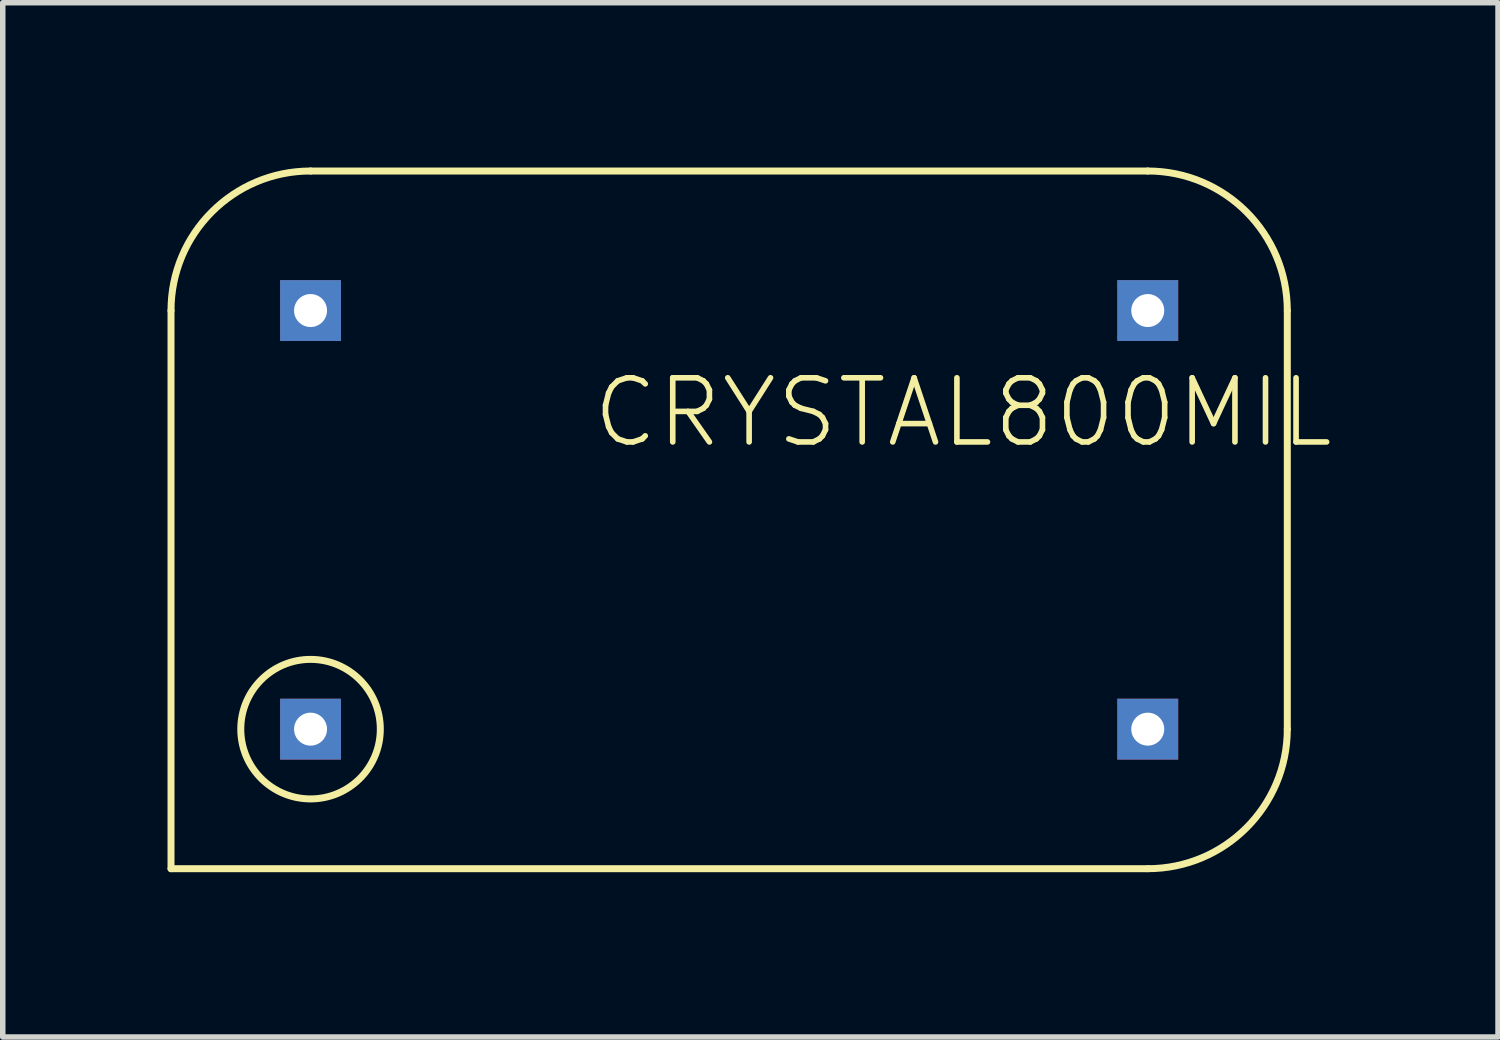
<source format=kicad_pcb>
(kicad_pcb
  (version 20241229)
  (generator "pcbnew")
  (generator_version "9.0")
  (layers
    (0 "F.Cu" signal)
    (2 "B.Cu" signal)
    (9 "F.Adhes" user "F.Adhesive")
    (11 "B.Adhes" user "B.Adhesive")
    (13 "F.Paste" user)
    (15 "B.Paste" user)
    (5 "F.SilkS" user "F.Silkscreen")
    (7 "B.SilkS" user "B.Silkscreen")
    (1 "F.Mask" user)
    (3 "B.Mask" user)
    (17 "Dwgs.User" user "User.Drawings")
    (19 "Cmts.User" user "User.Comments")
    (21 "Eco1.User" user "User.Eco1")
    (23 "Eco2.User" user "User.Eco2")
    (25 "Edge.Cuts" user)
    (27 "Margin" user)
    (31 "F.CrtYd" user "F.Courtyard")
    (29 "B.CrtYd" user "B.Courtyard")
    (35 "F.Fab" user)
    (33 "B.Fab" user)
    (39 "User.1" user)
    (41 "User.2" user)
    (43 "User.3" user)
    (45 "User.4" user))
  (footprint "CRYSTAL800MIL"
    (layer "F.Cu")
    (at 2.603 10.223)
    (property "Reference" "CRYSTAL800MIL" (at 5.08 -5.08 0) (layer "F.SilkS") (effects (font (size 1.168 1.168) (thickness 0.102)) (justify left bottom)))
    (fp_line (start -2.54 -7.62) (end -2.54 2.54) (stroke (width 0.127) (type solid)) (layer "F.SilkS"))
    (fp_line (start -2.54 2.54) (end 15.24 2.54) (stroke (width 0.127) (type solid)) (layer "F.SilkS"))
    (fp_line (start 0 -10.16) (end 15.24 -10.16) (stroke (width 0.127) (type solid)) (layer "F.SilkS"))
    (fp_line (start 17.78 -7.62) (end 17.78 0) (stroke (width 0.127) (type solid)) (layer "F.SilkS"))
    (fp_arc (start -2.54 -7.62) (mid -1.796051 -9.416051) (end 0 -10.16) (stroke (width 0.127) (type solid)) (layer "F.SilkS"))
    (fp_arc (start 15.24 -10.16) (mid 17.036051 -9.416051) (end 17.78 -7.62) (stroke (width 0.127) (type solid)) (layer "F.SilkS"))
    (fp_arc (start 17.78 0) (mid 17.036051 1.796051) (end 15.24 2.54) (stroke (width 0.127) (type solid)) (layer "F.SilkS"))
    (fp_circle (center 0 0) (end 1.27 0) (stroke (width 0.127) (type solid)) (fill no) (layer "F.SilkS"))
    (pad "P$1" thru_hole rect (at 0 0) (size 1.108 1.108) (drill 0.6) (layers "*.Cu" "*.Mask"))
    (pad "P$2" thru_hole rect (at 15.24 0) (size 1.108 1.108) (drill 0.6) (layers "*.Cu" "*.Mask"))
    (pad "P$3" thru_hole rect (at 0 -7.62) (size 1.108 1.108) (drill 0.6) (layers "*.Cu" "*.Mask"))
    (pad "P$4" thru_hole rect (at 15.24 -7.62) (size 1.108 1.108) (drill 0.6) (layers "*.Cu" "*.Mask")))
  (gr_rect
    (start -3 -3)
    (end 24.219 15.827)
    (stroke (width 0.1) (type default))
    (fill no)
    (layer "Edge.Cuts")))
</source>
